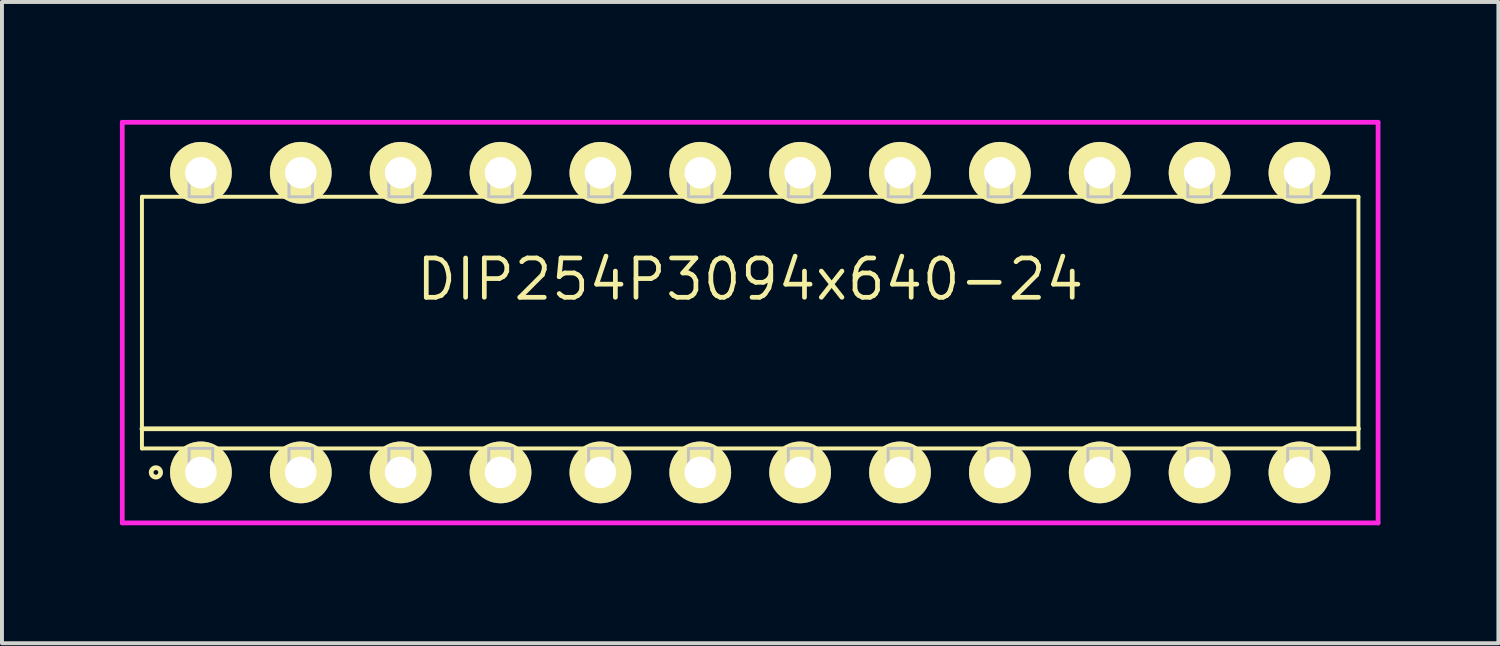
<source format=kicad_pcb>
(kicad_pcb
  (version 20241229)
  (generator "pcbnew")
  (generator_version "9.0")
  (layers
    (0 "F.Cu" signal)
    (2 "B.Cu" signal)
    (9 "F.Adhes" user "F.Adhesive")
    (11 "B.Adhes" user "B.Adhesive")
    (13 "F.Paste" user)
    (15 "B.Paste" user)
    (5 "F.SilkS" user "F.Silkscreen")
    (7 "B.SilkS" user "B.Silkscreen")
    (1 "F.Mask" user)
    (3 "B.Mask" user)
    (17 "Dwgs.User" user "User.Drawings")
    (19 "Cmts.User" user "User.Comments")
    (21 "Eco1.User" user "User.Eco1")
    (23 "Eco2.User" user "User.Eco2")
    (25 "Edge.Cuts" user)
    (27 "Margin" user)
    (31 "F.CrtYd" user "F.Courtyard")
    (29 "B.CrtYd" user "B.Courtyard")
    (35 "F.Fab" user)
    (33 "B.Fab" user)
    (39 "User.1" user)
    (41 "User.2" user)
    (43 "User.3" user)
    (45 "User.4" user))
  (footprint "DIP254P3094x640-24"
    (layer "F.Cu")
    (at 16.03 5.155)
    (property "Reference" "DIP254P3094x640-24" (at 0 -1.1 0) (layer "F.SilkS") (effects (font (size 1 1) (thickness 0.12))))
    (attr through_hole)
    (fp_line (start -15.47 -3.2) (end -15.47 3.2) (stroke (width 0.1) (type solid)) (layer "F.SilkS"))
    (fp_line (start -15.47 2.7) (end 15.47 2.7) (stroke (width 0.12) (type solid)) (layer "F.SilkS"))
    (fp_line (start -15.47 3.2) (end 15.47 3.2) (stroke (width 0.1) (type solid)) (layer "F.SilkS"))
    (fp_line (start 15.47 -3.2) (end -15.47 -3.2) (stroke (width 0.1) (type solid)) (layer "F.SilkS"))
    (fp_line (start 15.47 3.2) (end 15.47 -3.2) (stroke (width 0.1) (type solid)) (layer "F.SilkS"))
    (fp_circle (center -15.115 3.81) (end -14.995 3.81) (stroke (width 0.12) (type solid)) (fill no) (layer "F.SilkS"))
    (fp_line (start -14.27 -3.81) (end -14.27 -3.2) (stroke (width 0.075) (type solid)) (layer "Dwgs.User"))
    (fp_line (start -14.27 -3.2) (end -13.67 -3.2) (stroke (width 0.075) (type solid)) (layer "Dwgs.User"))
    (fp_line (start -14.27 3.2) (end -13.67 3.2) (stroke (width 0.075) (type solid)) (layer "Dwgs.User"))
    (fp_line (start -14.27 3.81) (end -14.27 3.2) (stroke (width 0.075) (type solid)) (layer "Dwgs.User"))
    (fp_line (start -13.67 -3.81) (end -14.27 -3.81) (stroke (width 0.075) (type solid)) (layer "Dwgs.User"))
    (fp_line (start -13.67 -3.2) (end -13.67 -3.81) (stroke (width 0.075) (type solid)) (layer "Dwgs.User"))
    (fp_line (start -13.67 3.2) (end -13.67 3.81) (stroke (width 0.075) (type solid)) (layer "Dwgs.User"))
    (fp_line (start -13.67 3.81) (end -14.27 3.81) (stroke (width 0.075) (type solid)) (layer "Dwgs.User"))
    (fp_line (start -11.73 -3.81) (end -11.73 -3.2) (stroke (width 0.075) (type solid)) (layer "Dwgs.User"))
    (fp_line (start -11.73 -3.2) (end -11.13 -3.2) (stroke (width 0.075) (type solid)) (layer "Dwgs.User"))
    (fp_line (start -11.73 3.2) (end -11.13 3.2) (stroke (width 0.075) (type solid)) (layer "Dwgs.User"))
    (fp_line (start -11.73 3.81) (end -11.73 3.2) (stroke (width 0.075) (type solid)) (layer "Dwgs.User"))
    (fp_line (start -11.13 -3.81) (end -11.73 -3.81) (stroke (width 0.075) (type solid)) (layer "Dwgs.User"))
    (fp_line (start -11.13 -3.2) (end -11.13 -3.81) (stroke (width 0.075) (type solid)) (layer "Dwgs.User"))
    (fp_line (start -11.13 3.2) (end -11.13 3.81) (stroke (width 0.075) (type solid)) (layer "Dwgs.User"))
    (fp_line (start -11.13 3.81) (end -11.73 3.81) (stroke (width 0.075) (type solid)) (layer "Dwgs.User"))
    (fp_line (start -9.19 -3.81) (end -9.19 -3.2) (stroke (width 0.075) (type solid)) (layer "Dwgs.User"))
    (fp_line (start -9.19 -3.2) (end -8.59 -3.2) (stroke (width 0.075) (type solid)) (layer "Dwgs.User"))
    (fp_line (start -9.19 3.2) (end -8.59 3.2) (stroke (width 0.075) (type solid)) (layer "Dwgs.User"))
    (fp_line (start -9.19 3.81) (end -9.19 3.2) (stroke (width 0.075) (type solid)) (layer "Dwgs.User"))
    (fp_line (start -8.59 -3.81) (end -9.19 -3.81) (stroke (width 0.075) (type solid)) (layer "Dwgs.User"))
    (fp_line (start -8.59 -3.2) (end -8.59 -3.81) (stroke (width 0.075) (type solid)) (layer "Dwgs.User"))
    (fp_line (start -8.59 3.2) (end -8.59 3.81) (stroke (width 0.075) (type solid)) (layer "Dwgs.User"))
    (fp_line (start -8.59 3.81) (end -9.19 3.81) (stroke (width 0.075) (type solid)) (layer "Dwgs.User"))
    (fp_line (start -6.65 -3.81) (end -6.65 -3.2) (stroke (width 0.075) (type solid)) (layer "Dwgs.User"))
    (fp_line (start -6.65 -3.2) (end -6.05 -3.2) (stroke (width 0.075) (type solid)) (layer "Dwgs.User"))
    (fp_line (start -6.65 3.2) (end -6.05 3.2) (stroke (width 0.075) (type solid)) (layer "Dwgs.User"))
    (fp_line (start -6.65 3.81) (end -6.65 3.2) (stroke (width 0.075) (type solid)) (layer "Dwgs.User"))
    (fp_line (start -6.05 -3.81) (end -6.65 -3.81) (stroke (width 0.075) (type solid)) (layer "Dwgs.User"))
    (fp_line (start -6.05 -3.2) (end -6.05 -3.81) (stroke (width 0.075) (type solid)) (layer "Dwgs.User"))
    (fp_line (start -6.05 3.2) (end -6.05 3.81) (stroke (width 0.075) (type solid)) (layer "Dwgs.User"))
    (fp_line (start -6.05 3.81) (end -6.65 3.81) (stroke (width 0.075) (type solid)) (layer "Dwgs.User"))
    (fp_line (start -4.11 -3.81) (end -4.11 -3.2) (stroke (width 0.075) (type solid)) (layer "Dwgs.User"))
    (fp_line (start -4.11 -3.2) (end -3.51 -3.2) (stroke (width 0.075) (type solid)) (layer "Dwgs.User"))
    (fp_line (start -4.11 3.2) (end -3.51 3.2) (stroke (width 0.075) (type solid)) (layer "Dwgs.User"))
    (fp_line (start -4.11 3.81) (end -4.11 3.2) (stroke (width 0.075) (type solid)) (layer "Dwgs.User"))
    (fp_line (start -3.51 -3.81) (end -4.11 -3.81) (stroke (width 0.075) (type solid)) (layer "Dwgs.User"))
    (fp_line (start -3.51 -3.2) (end -3.51 -3.81) (stroke (width 0.075) (type solid)) (layer "Dwgs.User"))
    (fp_line (start -3.51 3.2) (end -3.51 3.81) (stroke (width 0.075) (type solid)) (layer "Dwgs.User"))
    (fp_line (start -3.51 3.81) (end -4.11 3.81) (stroke (width 0.075) (type solid)) (layer "Dwgs.User"))
    (fp_line (start -1.57 -3.81) (end -1.57 -3.2) (stroke (width 0.075) (type solid)) (layer "Dwgs.User"))
    (fp_line (start -1.57 -3.2) (end -0.97 -3.2) (stroke (width 0.075) (type solid)) (layer "Dwgs.User"))
    (fp_line (start -1.57 3.2) (end -0.97 3.2) (stroke (width 0.075) (type solid)) (layer "Dwgs.User"))
    (fp_line (start -1.57 3.81) (end -1.57 3.2) (stroke (width 0.075) (type solid)) (layer "Dwgs.User"))
    (fp_line (start -0.97 -3.81) (end -1.57 -3.81) (stroke (width 0.075) (type solid)) (layer "Dwgs.User"))
    (fp_line (start -0.97 -3.2) (end -0.97 -3.81) (stroke (width 0.075) (type solid)) (layer "Dwgs.User"))
    (fp_line (start -0.97 3.2) (end -0.97 3.81) (stroke (width 0.075) (type solid)) (layer "Dwgs.User"))
    (fp_line (start -0.97 3.81) (end -1.57 3.81) (stroke (width 0.075) (type solid)) (layer "Dwgs.User"))
    (fp_line (start 0.97 -3.81) (end 0.97 -3.2) (stroke (width 0.075) (type solid)) (layer "Dwgs.User"))
    (fp_line (start 0.97 -3.2) (end 1.57 -3.2) (stroke (width 0.075) (type solid)) (layer "Dwgs.User"))
    (fp_line (start 0.97 3.2) (end 1.57 3.2) (stroke (width 0.075) (type solid)) (layer "Dwgs.User"))
    (fp_line (start 0.97 3.81) (end 0.97 3.2) (stroke (width 0.075) (type solid)) (layer "Dwgs.User"))
    (fp_line (start 1.57 -3.81) (end 0.97 -3.81) (stroke (width 0.075) (type solid)) (layer "Dwgs.User"))
    (fp_line (start 1.57 -3.2) (end 1.57 -3.81) (stroke (width 0.075) (type solid)) (layer "Dwgs.User"))
    (fp_line (start 1.57 3.2) (end 1.57 3.81) (stroke (width 0.075) (type solid)) (layer "Dwgs.User"))
    (fp_line (start 1.57 3.81) (end 0.97 3.81) (stroke (width 0.075) (type solid)) (layer "Dwgs.User"))
    (fp_line (start 3.51 -3.81) (end 3.51 -3.2) (stroke (width 0.075) (type solid)) (layer "Dwgs.User"))
    (fp_line (start 3.51 -3.2) (end 4.11 -3.2) (stroke (width 0.075) (type solid)) (layer "Dwgs.User"))
    (fp_line (start 3.51 3.2) (end 4.11 3.2) (stroke (width 0.075) (type solid)) (layer "Dwgs.User"))
    (fp_line (start 3.51 3.81) (end 3.51 3.2) (stroke (width 0.075) (type solid)) (layer "Dwgs.User"))
    (fp_line (start 4.11 -3.81) (end 3.51 -3.81) (stroke (width 0.075) (type solid)) (layer "Dwgs.User"))
    (fp_line (start 4.11 -3.2) (end 4.11 -3.81) (stroke (width 0.075) (type solid)) (layer "Dwgs.User"))
    (fp_line (start 4.11 3.2) (end 4.11 3.81) (stroke (width 0.075) (type solid)) (layer "Dwgs.User"))
    (fp_line (start 4.11 3.81) (end 3.51 3.81) (stroke (width 0.075) (type solid)) (layer "Dwgs.User"))
    (fp_line (start 6.05 -3.81) (end 6.05 -3.2) (stroke (width 0.075) (type solid)) (layer "Dwgs.User"))
    (fp_line (start 6.05 -3.2) (end 6.65 -3.2) (stroke (width 0.075) (type solid)) (layer "Dwgs.User"))
    (fp_line (start 6.05 3.2) (end 6.65 3.2) (stroke (width 0.075) (type solid)) (layer "Dwgs.User"))
    (fp_line (start 6.05 3.81) (end 6.05 3.2) (stroke (width 0.075) (type solid)) (layer "Dwgs.User"))
    (fp_line (start 6.65 -3.81) (end 6.05 -3.81) (stroke (width 0.075) (type solid)) (layer "Dwgs.User"))
    (fp_line (start 6.65 -3.2) (end 6.65 -3.81) (stroke (width 0.075) (type solid)) (layer "Dwgs.User"))
    (fp_line (start 6.65 3.2) (end 6.65 3.81) (stroke (width 0.075) (type solid)) (layer "Dwgs.User"))
    (fp_line (start 6.65 3.81) (end 6.05 3.81) (stroke (width 0.075) (type solid)) (layer "Dwgs.User"))
    (fp_line (start 8.59 -3.81) (end 8.59 -3.2) (stroke (width 0.075) (type solid)) (layer "Dwgs.User"))
    (fp_line (start 8.59 -3.2) (end 9.19 -3.2) (stroke (width 0.075) (type solid)) (layer "Dwgs.User"))
    (fp_line (start 8.59 3.2) (end 9.19 3.2) (stroke (width 0.075) (type solid)) (layer "Dwgs.User"))
    (fp_line (start 8.59 3.81) (end 8.59 3.2) (stroke (width 0.075) (type solid)) (layer "Dwgs.User"))
    (fp_line (start 9.19 -3.81) (end 8.59 -3.81) (stroke (width 0.075) (type solid)) (layer "Dwgs.User"))
    (fp_line (start 9.19 -3.2) (end 9.19 -3.81) (stroke (width 0.075) (type solid)) (layer "Dwgs.User"))
    (fp_line (start 9.19 3.2) (end 9.19 3.81) (stroke (width 0.075) (type solid)) (layer "Dwgs.User"))
    (fp_line (start 9.19 3.81) (end 8.59 3.81) (stroke (width 0.075) (type solid)) (layer "Dwgs.User"))
    (fp_line (start 11.13 -3.81) (end 11.13 -3.2) (stroke (width 0.075) (type solid)) (layer "Dwgs.User"))
    (fp_line (start 11.13 -3.2) (end 11.73 -3.2) (stroke (width 0.075) (type solid)) (layer "Dwgs.User"))
    (fp_line (start 11.13 3.2) (end 11.73 3.2) (stroke (width 0.075) (type solid)) (layer "Dwgs.User"))
    (fp_line (start 11.13 3.81) (end 11.13 3.2) (stroke (width 0.075) (type solid)) (layer "Dwgs.User"))
    (fp_line (start 11.73 -3.81) (end 11.13 -3.81) (stroke (width 0.075) (type solid)) (layer "Dwgs.User"))
    (fp_line (start 11.73 -3.2) (end 11.73 -3.81) (stroke (width 0.075) (type solid)) (layer "Dwgs.User"))
    (fp_line (start 11.73 3.2) (end 11.73 3.81) (stroke (width 0.075) (type solid)) (layer "Dwgs.User"))
    (fp_line (start 11.73 3.81) (end 11.13 3.81) (stroke (width 0.075) (type solid)) (layer "Dwgs.User"))
    (fp_line (start 13.67 -3.81) (end 13.67 -3.2) (stroke (width 0.075) (type solid)) (layer "Dwgs.User"))
    (fp_line (start 13.67 -3.2) (end 14.27 -3.2) (stroke (width 0.075) (type solid)) (layer "Dwgs.User"))
    (fp_line (start 13.67 3.2) (end 14.27 3.2) (stroke (width 0.075) (type solid)) (layer "Dwgs.User"))
    (fp_line (start 13.67 3.81) (end 13.67 3.2) (stroke (width 0.075) (type solid)) (layer "Dwgs.User"))
    (fp_line (start 14.27 -3.81) (end 13.67 -3.81) (stroke (width 0.075) (type solid)) (layer "Dwgs.User"))
    (fp_line (start 14.27 -3.2) (end 14.27 -3.81) (stroke (width 0.075) (type solid)) (layer "Dwgs.User"))
    (fp_line (start 14.27 3.2) (end 14.27 3.81) (stroke (width 0.075) (type solid)) (layer "Dwgs.User"))
    (fp_line (start 14.27 3.81) (end 13.67 3.81) (stroke (width 0.075) (type solid)) (layer "Dwgs.User"))
    (fp_line (start -0.75 0) (end 0.75 0) (stroke (width 0.12) (type solid)) (layer "Eco1.User"))
    (fp_line (start 0 -0.75) (end 0 0.75) (stroke (width 0.12) (type solid)) (layer "Eco1.User"))
    (fp_circle (center 0 0) (end 0.5 0) (stroke (width 0.12) (type solid)) (fill no) (layer "Eco1.User"))
    (fp_line (start -15.97 -5.095) (end -15.97 5.095) (stroke (width 0.12) (type solid)) (layer "F.CrtYd"))
    (fp_line (start -15.97 5.095) (end 15.97 5.095) (stroke (width 0.12) (type solid)) (layer "F.CrtYd"))
    (fp_line (start 15.97 -5.095) (end -15.97 -5.095) (stroke (width 0.12) (type solid)) (layer "F.CrtYd"))
    (fp_line (start 15.97 5.095) (end 15.97 -5.095) (stroke (width 0.12) (type solid)) (layer "F.CrtYd"))
    (pad "1" thru_hole oval (at -13.97 3.81) (size 1.57 1.57) (drill 0.8) (layers "*.Cu" "*.Mask" "F.SilkS"))
    (pad "2" thru_hole oval (at -11.43 3.81) (size 1.57 1.57) (drill 0.8) (layers "*.Cu" "*.Mask" "F.SilkS"))
    (pad "3" thru_hole oval (at -8.89 3.81) (size 1.57 1.57) (drill 0.8) (layers "*.Cu" "*.Mask" "F.SilkS"))
    (pad "4" thru_hole oval (at -6.35 3.81) (size 1.57 1.57) (drill 0.8) (layers "*.Cu" "*.Mask" "F.SilkS"))
    (pad "5" thru_hole oval (at -3.81 3.81) (size 1.57 1.57) (drill 0.8) (layers "*.Cu" "*.Mask" "F.SilkS"))
    (pad "6" thru_hole oval (at -1.27 3.81) (size 1.57 1.57) (drill 0.8) (layers "*.Cu" "*.Mask" "F.SilkS"))
    (pad "7" thru_hole oval (at 1.27 3.81) (size 1.57 1.57) (drill 0.8) (layers "*.Cu" "*.Mask" "F.SilkS"))
    (pad "8" thru_hole oval (at 3.81 3.81) (size 1.57 1.57) (drill 0.8) (layers "*.Cu" "*.Mask" "F.SilkS"))
    (pad "9" thru_hole oval (at 6.35 3.81) (size 1.57 1.57) (drill 0.8) (layers "*.Cu" "*.Mask" "F.SilkS"))
    (pad "10" thru_hole oval (at 8.89 3.81) (size 1.57 1.57) (drill 0.8) (layers "*.Cu" "*.Mask" "F.SilkS"))
    (pad "11" thru_hole oval (at 11.43 3.81) (size 1.57 1.57) (drill 0.8) (layers "*.Cu" "*.Mask" "F.SilkS"))
    (pad "12" thru_hole oval (at 13.97 3.81) (size 1.57 1.57) (drill 0.8) (layers "*.Cu" "*.Mask" "F.SilkS"))
    (pad "13" thru_hole oval (at 13.97 -3.81) (size 1.57 1.57) (drill 0.8) (layers "*.Cu" "*.Mask" "F.SilkS"))
    (pad "14" thru_hole oval (at 11.43 -3.81) (size 1.57 1.57) (drill 0.8) (layers "*.Cu" "*.Mask" "F.SilkS"))
    (pad "15" thru_hole oval (at 8.89 -3.81) (size 1.57 1.57) (drill 0.8) (layers "*.Cu" "*.Mask" "F.SilkS"))
    (pad "16" thru_hole oval (at 6.35 -3.81) (size 1.57 1.57) (drill 0.8) (layers "*.Cu" "*.Mask" "F.SilkS"))
    (pad "17" thru_hole oval (at 3.81 -3.81) (size 1.57 1.57) (drill 0.8) (layers "*.Cu" "*.Mask" "F.SilkS"))
    (pad "18" thru_hole oval (at 1.27 -3.81) (size 1.57 1.57) (drill 0.8) (layers "*.Cu" "*.Mask" "F.SilkS"))
    (pad "19" thru_hole oval (at -1.27 -3.81) (size 1.57 1.57) (drill 0.8) (layers "*.Cu" "*.Mask" "F.SilkS"))
    (pad "20" thru_hole oval (at -3.81 -3.81) (size 1.57 1.57) (drill 0.8) (layers "*.Cu" "*.Mask" "F.SilkS"))
    (pad "21" thru_hole oval (at -6.35 -3.81) (size 1.57 1.57) (drill 0.8) (layers "*.Cu" "*.Mask" "F.SilkS"))
    (pad "22" thru_hole oval (at -8.89 -3.81) (size 1.57 1.57) (drill 0.8) (layers "*.Cu" "*.Mask" "F.SilkS"))
    (pad "23" thru_hole oval (at -11.43 -3.81) (size 1.57 1.57) (drill 0.8) (layers "*.Cu" "*.Mask" "F.SilkS"))
    (pad "24" thru_hole oval (at -13.97 -3.81) (size 1.57 1.57) (drill 0.8) (layers "*.Cu" "*.Mask" "F.SilkS")))
  (gr_rect
    (start -3 -3)
    (end 35.06 13.31)
    (stroke (width 0.1) (type default))
    (fill no)
    (layer "Edge.Cuts")))
</source>
